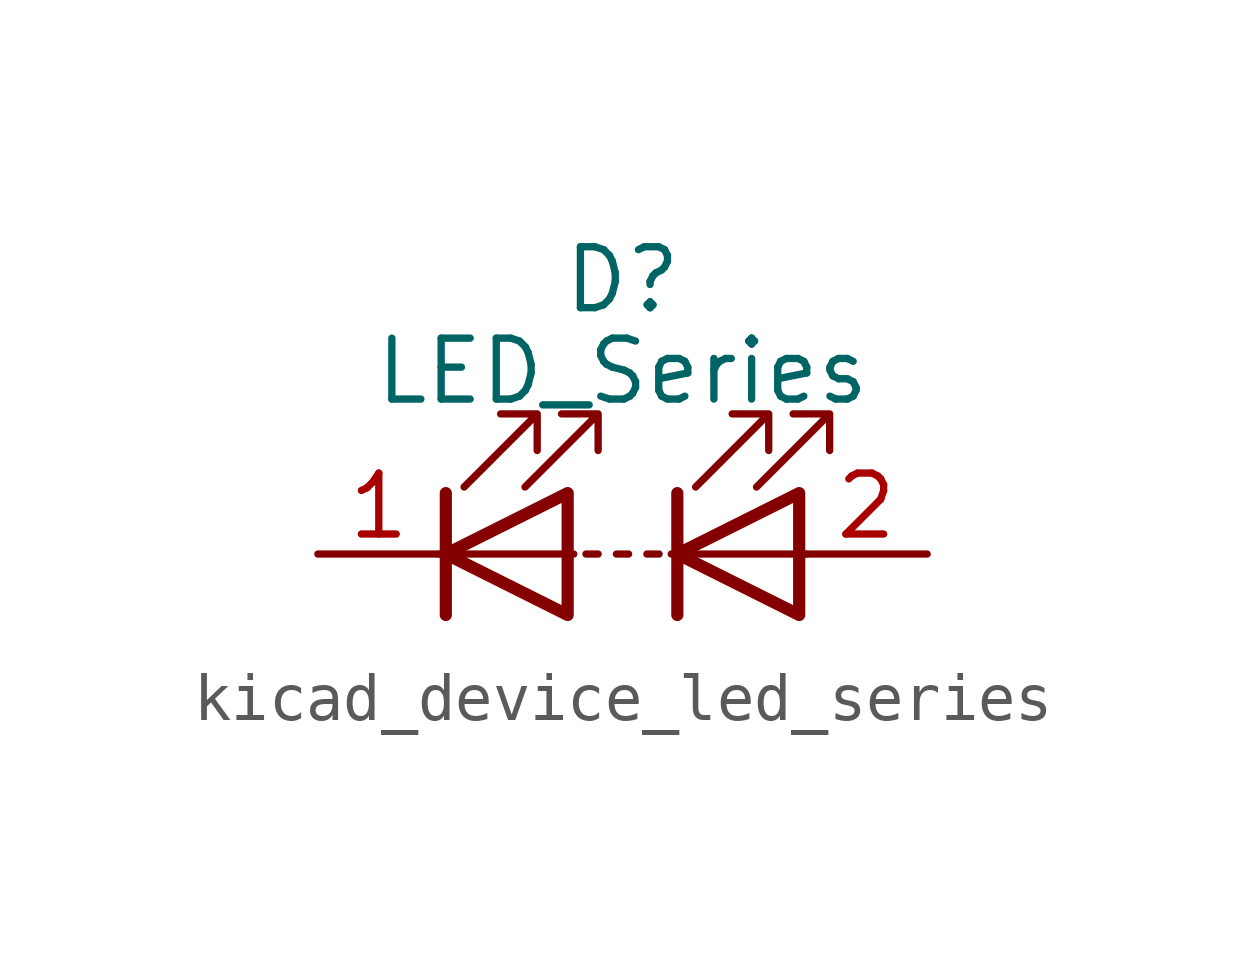
<source format=kicad_sym>
(kicad_symbol_lib
  (version 20220914)
  (generator kicad_symbol_editor)
  (symbol "kicad_device_led_series"
    (pin_names
      (offset 1.016) hide)
    (property "Reference" "D"
      (at 0 5.715 0)
      (effects (font (size 1.27 1.27))))
    (property "Value" "LED_Series"
      (at 0 3.81 0)
      (effects (font (size 1.27 1.27))))
    (symbol "kicad_device_led_series_0_1"
      (polyline (pts (xy -3.81 0) (xy -1.016 0)) (stroke (width 0) (type default)) (fill (type none)))
      (polyline (pts (xy -3.683 -1.27) (xy -3.683 1.27)) (stroke (width 0.254) (type default)) (fill (type none)))
      (polyline (pts (xy -0.508 0) (xy -0.762 0)) (stroke (width 0) (type default)) (fill (type none)))
      (polyline (pts (xy 0.127 0) (xy -0.127 0)) (stroke (width 0) (type default)) (fill (type none)))
      (polyline (pts (xy 0.508 0) (xy 0.762 0)) (stroke (width 0) (type default)) (fill (type none)))
      (polyline (pts (xy 1.016 0) (xy 3.81 0)) (stroke (width 0) (type default)) (fill (type none)))
      (polyline (pts (xy 1.143 -1.27) (xy 1.143 1.27)) (stroke (width 0.254) (type default)) (fill (type none)))
      (polyline (pts (xy -1.143 -1.27) (xy -1.143 1.27) (xy -3.683 0) (xy -1.143 -1.27)) (stroke (width 0.254) (type default)) (fill (type none)))
      (polyline (pts (xy 3.683 -1.27) (xy 3.683 1.27) (xy 1.143 0) (xy 3.683 -1.27)) (stroke (width 0.254) (type default)) (fill (type none)))
      (polyline (pts (xy -3.302 1.397) (xy -1.778 2.921) (xy -2.54 2.921) (xy -1.778 2.921) (xy -1.778 2.159)) (stroke (width 0) (type default)) (fill (type none)))
      (polyline (pts (xy -2.032 1.397) (xy -0.508 2.921) (xy -1.27 2.921) (xy -0.508 2.921) (xy -0.508 2.159)) (stroke (width 0) (type default)) (fill (type none)))
      (polyline (pts (xy 1.524 1.397) (xy 3.048 2.921) (xy 2.286 2.921) (xy 3.048 2.921) (xy 3.048 2.159)) (stroke (width 0) (type default)) (fill (type none)))
      (polyline (pts (xy 2.794 1.397) (xy 4.318 2.921) (xy 3.556 2.921) (xy 4.318 2.921) (xy 4.318 2.159)) (stroke (width 0) (type default)) (fill (type none))))
    (symbol "kicad_device_led_series_1_1"
      (pin passive line (at -6.35 0 0) (length 2.54) (name "K" (effects (font (size 1.27 1.27)))) (number "1" (effects (font (size 1.27 1.27)))))
      (pin passive line (at 6.35 0 180) (length 2.54) (name "A" (effects (font (size 1.27 1.27)))) (number "2" (effects (font (size 1.27 1.27))))))))
</source>
